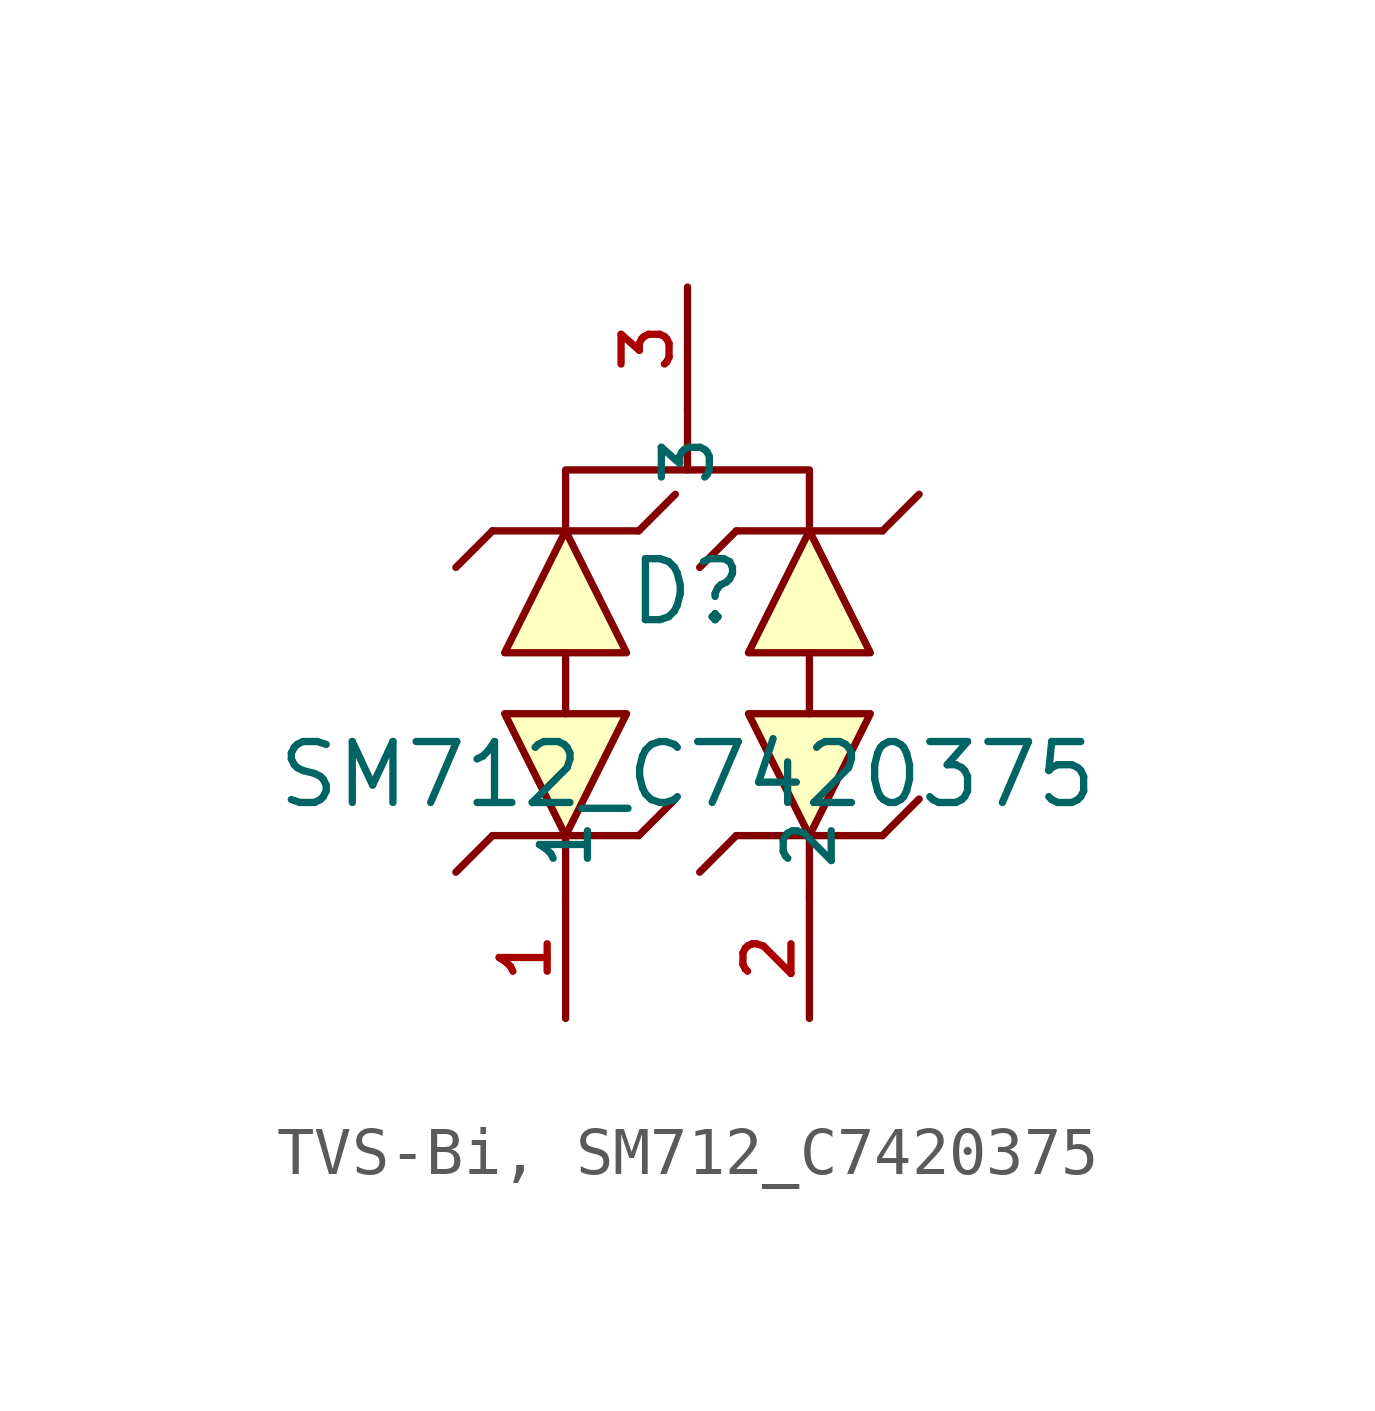
<source format=kicad_sym>
(kicad_symbol_lib
  (version 20231120)
  (generator "CDFER_Archive_Tool")
  (generator_version "0.0")
  (symbol "TVS-Bi, SM712_C7420375"
    (property "Reference" "D"
      (at 0 1.27 0)
      (effects (font (size 1.27 1.27))))
    (property "Value" "SM712_C7420375"
      (at 0 -2.54 0)
      (effects (font (size 1.27 1.27))))
    (symbol "TVS-Bi, SM712_C7420375_0_1"
      (polyline (pts (xy -4.826 -4.572) (xy -4.064 -3.81)) (stroke (width 0) (type default)) (fill (type none)))
      (polyline (pts (xy -4.064 2.54) (xy -4.826 1.778)) (stroke (width 0) (type default)) (fill (type none)))
      (polyline (pts (xy -4.064 2.54) (xy -1.016 2.54)) (stroke (width 0) (type default)) (fill (type none)))
      (polyline (pts (xy -2.54 -3.81) (xy -2.54 -5.08)) (stroke (width 0) (type default)) (fill (type none)))
      (polyline (pts (xy -2.54 0) (xy -2.54 -1.27)) (stroke (width 0) (type default)) (fill (type none)))
      (polyline (pts (xy -1.016 -3.81) (xy -4.064 -3.81)) (stroke (width 0) (type default)) (fill (type none)))
      (polyline (pts (xy -1.016 -3.81) (xy -0.254 -3.048)) (stroke (width 0) (type default)) (fill (type none)))
      (polyline (pts (xy -0.254 3.302) (xy -1.016 2.54)) (stroke (width 0) (type default)) (fill (type none)))
      (polyline (pts (xy 0 5.08) (xy 0 3.81)) (stroke (width 0) (type default)) (fill (type none)))
      (polyline (pts (xy 0.254 -4.572) (xy 1.016 -3.81)) (stroke (width 0) (type default)) (fill (type none)))
      (polyline (pts (xy 1.016 2.54) (xy 0.254 1.778)) (stroke (width 0) (type default)) (fill (type none)))
      (polyline (pts (xy 1.016 2.54) (xy 4.064 2.54)) (stroke (width 0) (type default)) (fill (type none)))
      (polyline (pts (xy 2.54 -3.81) (xy 2.54 -5.08)) (stroke (width 0) (type default)) (fill (type none)))
      (polyline (pts (xy 2.54 0) (xy 2.54 -1.27)) (stroke (width 0) (type default)) (fill (type none)))
      (polyline (pts (xy 4.064 -3.81) (xy 1.016 -3.81)) (stroke (width 0) (type default)) (fill (type none)))
      (polyline (pts (xy 4.064 -3.81) (xy 4.826 -3.048)) (stroke (width 0) (type default)) (fill (type none)))
      (polyline (pts (xy 4.826 3.302) (xy 4.064 2.54)) (stroke (width 0) (type default)) (fill (type none)))
      (polyline (pts (xy -3.81 0) (xy -2.54 2.54) (xy -1.27 0) (xy -3.81 0)) (stroke (width 0) (type default)) (fill (type background)))
      (polyline (pts (xy -2.54 2.54) (xy -2.54 3.81) (xy 2.54 3.81) (xy 2.54 2.54)) (stroke (width 0) (type default)) (fill (type none)))
      (polyline (pts (xy -1.27 -1.27) (xy -2.54 -3.81) (xy -3.81 -1.27) (xy -1.27 -1.27)) (stroke (width 0) (type default)) (fill (type background)))
      (polyline (pts (xy 1.27 0) (xy 2.54 2.54) (xy 3.81 0) (xy 1.27 0)) (stroke (width 0) (type default)) (fill (type background)))
      (polyline (pts (xy 3.81 -1.27) (xy 2.54 -3.81) (xy 1.27 -1.27) (xy 3.81 -1.27)) (stroke (width 0) (type default)) (fill (type background)))
      (pin unspecified line (at -2.54 -7.62 90) (length 2.54) (name "1" (effects (font (size 1 1)))) (number "1" (effects (font (size 1 1)))))
      (pin unspecified line (at 2.54 -7.62 90) (length 2.54) (name "2" (effects (font (size 1 1)))) (number "2" (effects (font (size 1 1)))))
      (pin unspecified line (at 0 7.62 270) (length 2.54) (name "3" (effects (font (size 1 1)))) (number "3" (effects (font (size 1 1))))))))
</source>
